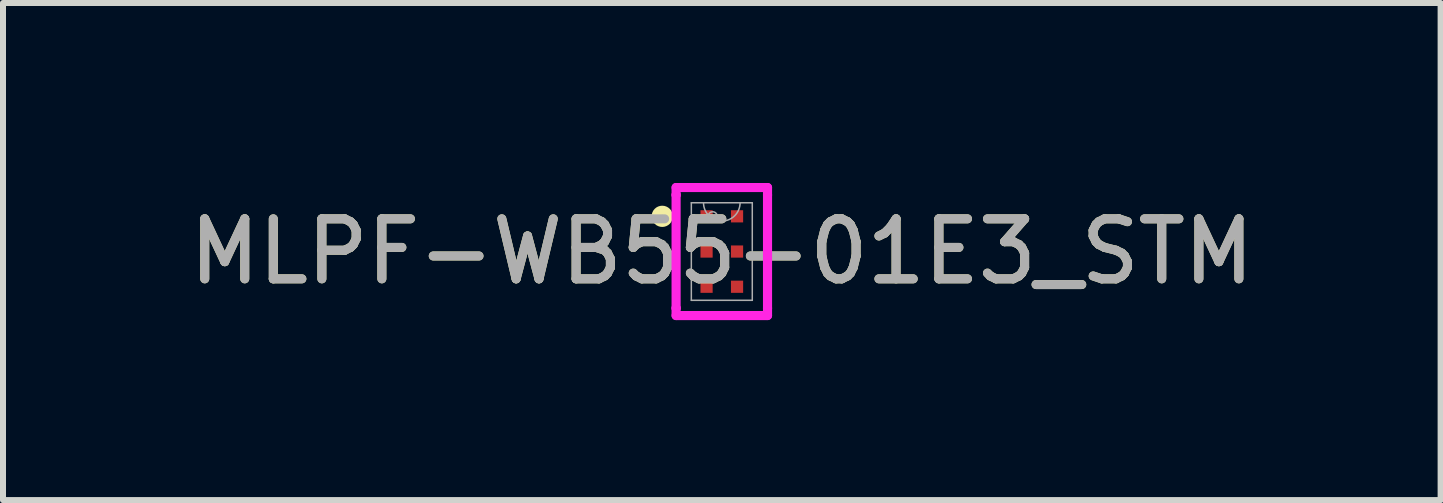
<source format=kicad_pcb>
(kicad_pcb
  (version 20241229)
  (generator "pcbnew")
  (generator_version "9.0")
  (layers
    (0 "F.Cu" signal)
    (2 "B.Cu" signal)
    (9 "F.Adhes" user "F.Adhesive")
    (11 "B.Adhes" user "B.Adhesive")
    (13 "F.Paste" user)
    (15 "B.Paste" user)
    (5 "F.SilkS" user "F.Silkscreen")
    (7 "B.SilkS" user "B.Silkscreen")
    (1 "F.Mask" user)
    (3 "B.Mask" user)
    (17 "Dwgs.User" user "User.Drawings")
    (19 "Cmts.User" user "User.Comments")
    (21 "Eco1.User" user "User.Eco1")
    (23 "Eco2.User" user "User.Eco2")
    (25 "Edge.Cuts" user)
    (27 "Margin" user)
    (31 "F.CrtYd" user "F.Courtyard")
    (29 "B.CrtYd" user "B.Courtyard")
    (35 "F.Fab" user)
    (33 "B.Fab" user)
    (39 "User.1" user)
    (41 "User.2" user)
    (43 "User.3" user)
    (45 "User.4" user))
  (footprint "MLPF-WB55-01E3_STM"
    (layer "F.Cu")
    (at 8.982 1.143)
    (property "Reference" "MLPF-WB55-01E3_STM" (at 0 0 0) (unlocked yes) (layer "F.SilkS") (effects (font (size 1 1) (thickness 0.15))))
    (attr smd)
    (fp_circle (center -0.993 -0.587) (end -0.892 -0.587) (stroke (width 0.152) (type solid)) (fill no) (layer "F.SilkS"))
    (fp_line (start -0.762 -1.067) (end 0.762 -1.067) (stroke (width 0.152) (type solid)) (layer "F.CrtYd"))
    (fp_line (start -0.762 -0.943) (end -0.762 -1.067) (stroke (width 0.152) (type solid)) (layer "F.CrtYd"))
    (fp_line (start -0.762 -0.943) (end -0.762 -0.943) (stroke (width 0.152) (type solid)) (layer "F.CrtYd"))
    (fp_line (start -0.762 0.943) (end -0.762 -0.943) (stroke (width 0.152) (type solid)) (layer "F.CrtYd"))
    (fp_line (start -0.762 0.943) (end -0.762 0.943) (stroke (width 0.152) (type solid)) (layer "F.CrtYd"))
    (fp_line (start -0.762 1.067) (end -0.762 0.943) (stroke (width 0.152) (type solid)) (layer "F.CrtYd"))
    (fp_line (start 0.762 -1.067) (end 0.762 -0.943) (stroke (width 0.152) (type solid)) (layer "F.CrtYd"))
    (fp_line (start 0.762 -0.943) (end 0.762 -0.943) (stroke (width 0.152) (type solid)) (layer "F.CrtYd"))
    (fp_line (start 0.762 -0.943) (end 0.762 0.943) (stroke (width 0.152) (type solid)) (layer "F.CrtYd"))
    (fp_line (start 0.762 0.943) (end 0.762 0.943) (stroke (width 0.152) (type solid)) (layer "F.CrtYd"))
    (fp_line (start 0.762 0.943) (end 0.762 1.067) (stroke (width 0.152) (type solid)) (layer "F.CrtYd"))
    (fp_line (start 0.762 1.067) (end -0.762 1.067) (stroke (width 0.152) (type solid)) (layer "F.CrtYd"))
    (fp_line (start -0.508 -0.813) (end -0.508 0.813) (stroke (width 0.025) (type solid)) (layer "F.Fab"))
    (fp_line (start -0.508 0.813) (end 0.508 0.813) (stroke (width 0.025) (type solid)) (layer "F.Fab"))
    (fp_line (start 0.508 -0.813) (end -0.508 -0.813) (stroke (width 0.025) (type solid)) (layer "F.Fab"))
    (fp_line (start 0.508 0.813) (end 0.508 -0.813) (stroke (width 0.025) (type solid)) (layer "F.Fab"))
    (fp_arc (start 0.3048 -0.8128) (mid 0 -0.508) (end -0.3048 -0.8128) (stroke (width 0.0254) (type solid)) (layer "F.Fab"))
    (fp_circle (center -0.152 -0.587) (end -0.076 -0.587) (stroke (width 0.025) (type solid)) (fill no) (layer "F.Fab"))
    (fp_text user "${REFERENCE}" (at 0 0 0) (unlocked yes) (layer "F.Fab") (effects (font (size 1 1) (thickness 0.15))))
    (pad "1" smd rect (at -0.254 -0.587) (size 0.203 0.203) (layers "F.Cu" "F.Mask" "F.Paste"))
    (pad "2" smd rect (at -0.254 0) (size 0.203 0.203) (layers "F.Cu" "F.Mask" "F.Paste"))
    (pad "3" smd rect (at -0.254 0.587) (size 0.203 0.203) (layers "F.Cu" "F.Mask" "F.Paste"))
    (pad "4" smd rect (at 0.254 0.587) (size 0.203 0.203) (layers "F.Cu" "F.Mask" "F.Paste"))
    (pad "5" smd rect (at 0.254 0) (size 0.203 0.203) (layers "F.Cu" "F.Mask" "F.Paste"))
    (pad "6" smd rect (at 0.254 -0.587) (size 0.203 0.203) (layers "F.Cu" "F.Mask" "F.Paste")))
  (gr_rect
    (start -3 -3)
    (end 20.964 5.286)
    (stroke (width 0.1) (type default))
    (fill no)
    (layer "Edge.Cuts")))
</source>
